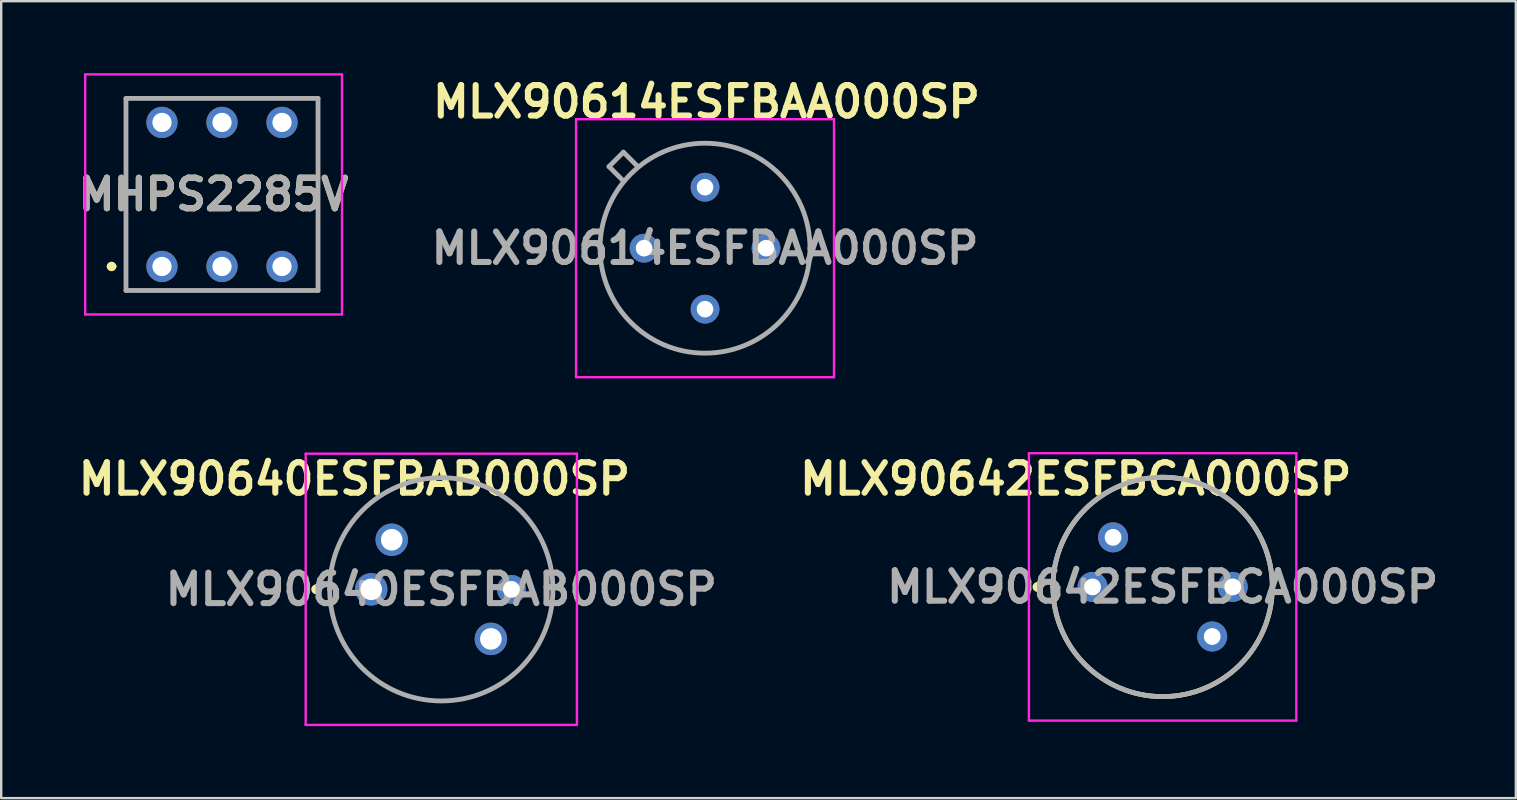
<source format=kicad_pcb>
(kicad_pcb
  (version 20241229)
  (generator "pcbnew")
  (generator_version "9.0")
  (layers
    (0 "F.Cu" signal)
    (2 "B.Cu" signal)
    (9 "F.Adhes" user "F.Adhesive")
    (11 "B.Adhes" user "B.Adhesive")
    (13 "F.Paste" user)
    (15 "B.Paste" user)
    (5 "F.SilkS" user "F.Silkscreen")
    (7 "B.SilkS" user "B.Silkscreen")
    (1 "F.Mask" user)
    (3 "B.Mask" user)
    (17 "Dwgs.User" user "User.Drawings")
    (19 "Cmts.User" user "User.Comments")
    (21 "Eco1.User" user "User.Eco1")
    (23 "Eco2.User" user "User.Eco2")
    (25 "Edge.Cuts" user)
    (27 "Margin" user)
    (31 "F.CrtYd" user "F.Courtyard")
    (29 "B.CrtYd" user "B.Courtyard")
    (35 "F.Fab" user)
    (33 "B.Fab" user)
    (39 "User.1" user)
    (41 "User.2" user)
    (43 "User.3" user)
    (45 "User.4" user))
  (footprint "MLX90614ESFBAA000SP"
    (layer "F.Cu")
    (at 23.78 7.289)
    (property "Reference" "MLX90614ESFBAA000SP" (at 2.6 -6.1 0) (layer "F.SilkS") (effects (font (size 1.27 1.27) (thickness 0.254))))
    (attr through_hole)
    (fp_line (start -1.833 0) (end -1.833 0) (stroke (width 0.1) (type solid)) (layer "F.SilkS"))
    (fp_line (start -1.46 -3.4) (end -0.86 -2.8) (stroke (width 0.1) (type solid)) (layer "F.SilkS"))
    (fp_line (start -0.86 -4) (end -1.46 -3.4) (stroke (width 0.1) (type solid)) (layer "F.SilkS"))
    (fp_line (start -0.26 -3.4) (end -0.86 -4) (stroke (width 0.1) (type solid)) (layer "F.SilkS"))
    (fp_line (start 6.913 0) (end 6.913 0) (stroke (width 0.1) (type solid)) (layer "F.SilkS"))
    (fp_arc (start -1.833 0) (mid 2.54 -4.373) (end 6.913 0) (stroke (width 0.1) (type solid)) (layer "F.SilkS"))
    (fp_arc (start 6.913 0) (mid 2.54 4.373) (end -1.833 0) (stroke (width 0.1) (type solid)) (layer "F.SilkS"))
    (fp_line (start -2.833 -5.373) (end 7.913 -5.373) (stroke (width 0.1) (type solid)) (layer "F.CrtYd"))
    (fp_line (start -2.833 5.373) (end -2.833 -5.373) (stroke (width 0.1) (type solid)) (layer "F.CrtYd"))
    (fp_line (start 7.913 -5.373) (end 7.913 5.373) (stroke (width 0.1) (type solid)) (layer "F.CrtYd"))
    (fp_line (start 7.913 5.373) (end -2.833 5.373) (stroke (width 0.1) (type solid)) (layer "F.CrtYd"))
    (fp_line (start -1.833 0) (end -1.833 0) (stroke (width 0.2) (type solid)) (layer "F.Fab"))
    (fp_line (start -1.46 -3.4) (end -0.86 -4) (stroke (width 0.2) (type solid)) (layer "F.Fab"))
    (fp_line (start -0.86 -4) (end -0.26 -3.4) (stroke (width 0.2) (type solid)) (layer "F.Fab"))
    (fp_line (start -0.86 -2.8) (end -1.46 -3.4) (stroke (width 0.2) (type solid)) (layer "F.Fab"))
    (fp_line (start 6.913 0) (end 6.913 0) (stroke (width 0.2) (type solid)) (layer "F.Fab"))
    (fp_arc (start -1.833 0) (mid 2.54 -4.373) (end 6.913 0) (stroke (width 0.2) (type solid)) (layer "F.Fab"))
    (fp_arc (start 6.913 0) (mid 2.54 4.373) (end -1.833 0) (stroke (width 0.2) (type solid)) (layer "F.Fab"))
    (fp_text user "${REFERENCE}" (at 2.54 0 0) (layer "F.Fab") (effects (font (size 1.27 1.27) (thickness 0.254))))
    (pad "1" thru_hole circle (at 0 0) (size 1.2 1.2) (drill 0.69) (layers "*.Cu" "*.Mask"))
    (pad "2" thru_hole circle (at 2.54 2.54) (size 1.2 1.2) (drill 0.69) (layers "*.Cu" "*.Mask"))
    (pad "3" thru_hole circle (at 5.08 0) (size 1.2 1.2) (drill 0.69) (layers "*.Cu" "*.Mask"))
    (pad "4" thru_hole circle (at 2.54 -2.54) (size 1.2 1.2) (drill 0.69) (layers "*.Cu" "*.Mask")))
  (footprint "MLX90640ESFBAB000SP"
    (layer "F.Cu")
    (at 12.414 21.5)
    (property "Reference" "MLX90640ESFBAB000SP" (at -0.7 -4.6 0) (layer "F.SilkS") (effects (font (size 1.27 1.27) (thickness 0.254))))
    (attr through_hole)
    (fp_line (start -2.3 -0.1) (end -2.3 -0.1) (stroke (width 0.2) (type solid)) (layer "F.SilkS"))
    (fp_line (start -2.3 0.1) (end -2.3 0.1) (stroke (width 0.2) (type solid)) (layer "F.SilkS"))
    (fp_line (start -1.73 0) (end -1.73 0) (stroke (width 0.1) (type solid)) (layer "F.SilkS"))
    (fp_line (start 7.57 0) (end 7.57 0) (stroke (width 0.1) (type solid)) (layer "F.SilkS"))
    (fp_arc (start -2.3 -0.1) (mid -2.2 0) (end -2.3 0.1) (stroke (width 0.2) (type solid)) (layer "F.SilkS"))
    (fp_arc (start -2.3 0.1) (mid -2.4 0) (end -2.3 -0.1) (stroke (width 0.2) (type solid)) (layer "F.SilkS"))
    (fp_arc (start -1.73 0) (mid 2.92 -4.65) (end 7.57 0) (stroke (width 0.1) (type solid)) (layer "F.SilkS"))
    (fp_arc (start 7.57 0) (mid 2.92 4.65) (end -1.73 0) (stroke (width 0.1) (type solid)) (layer "F.SilkS"))
    (fp_line (start -2.73 -5.65) (end -2.73 5.65) (stroke (width 0.1) (type solid)) (layer "F.CrtYd"))
    (fp_line (start -2.73 5.65) (end 8.57 5.65) (stroke (width 0.1) (type solid)) (layer "F.CrtYd"))
    (fp_line (start 8.57 -5.65) (end -2.73 -5.65) (stroke (width 0.1) (type solid)) (layer "F.CrtYd"))
    (fp_line (start 8.57 5.65) (end 8.57 -5.65) (stroke (width 0.1) (type solid)) (layer "F.CrtYd"))
    (fp_line (start -1.73 0) (end -1.73 0) (stroke (width 0.2) (type solid)) (layer "F.Fab"))
    (fp_line (start 7.57 0) (end 7.57 0) (stroke (width 0.2) (type solid)) (layer "F.Fab"))
    (fp_arc (start -1.73 0) (mid 2.92 -4.65) (end 7.57 0) (stroke (width 0.2) (type solid)) (layer "F.Fab"))
    (fp_arc (start 7.57 0) (mid 2.92 4.65) (end -1.73 0) (stroke (width 0.2) (type solid)) (layer "F.Fab"))
    (fp_text user "${REFERENCE}" (at 2.92 0 0) (layer "F.Fab") (effects (font (size 1.27 1.27) (thickness 0.254))))
    (pad "1" thru_hole circle (at 0 0) (size 1.35 1.35) (drill 0.9) (layers "*.Cu" "*.Mask"))
    (pad "2" thru_hole circle (at 4.985 2.065) (size 1.35 1.35) (drill 0.9) (layers "*.Cu" "*.Mask"))
    (pad "3" thru_hole circle (at 5.84 0) (size 1.2 1.2) (drill 0.7) (layers "*.Cu" "*.Mask"))
    (pad "4" thru_hole circle (at 0.855 -2.065) (size 1.35 1.35) (drill 0.9) (layers "*.Cu" "*.Mask")))
  (footprint "MHPS2285V"
    (layer "F.Cu")
    (at 3.698 8.05)
    (property "Reference" "MHPS2285V" (at 2.15 -3 0) (layer "F.SilkS") (effects (font (size 1.27 1.27) (thickness 0.254))))
    (attr through_hole)
    (fp_line (start -2.2 0) (end -2.2 0) (stroke (width 0.2) (type solid)) (layer "F.SilkS"))
    (fp_line (start -2 0) (end -2 0) (stroke (width 0.2) (type solid)) (layer "F.SilkS"))
    (fp_line (start -1.5 -7) (end 6.5 -7) (stroke (width 0.1) (type solid)) (layer "F.SilkS"))
    (fp_line (start -1.5 1) (end -1.5 -7) (stroke (width 0.1) (type solid)) (layer "F.SilkS"))
    (fp_line (start 6.5 -7) (end 6.5 1) (stroke (width 0.1) (type solid)) (layer "F.SilkS"))
    (fp_line (start 6.5 1) (end -1.5 1) (stroke (width 0.1) (type solid)) (layer "F.SilkS"))
    (fp_arc (start -2.2 0) (mid -2.1 -0.1) (end -2 0) (stroke (width 0.2) (type solid)) (layer "F.SilkS"))
    (fp_arc (start -2 0) (mid -2.1 0.1) (end -2.2 0) (stroke (width 0.2) (type solid)) (layer "F.SilkS"))
    (fp_line (start -3.2 -8) (end 7.5 -8) (stroke (width 0.1) (type solid)) (layer "F.CrtYd"))
    (fp_line (start -3.2 2) (end -3.2 -8) (stroke (width 0.1) (type solid)) (layer "F.CrtYd"))
    (fp_line (start 7.5 -8) (end 7.5 2) (stroke (width 0.1) (type solid)) (layer "F.CrtYd"))
    (fp_line (start 7.5 2) (end -3.2 2) (stroke (width 0.1) (type solid)) (layer "F.CrtYd"))
    (fp_line (start -1.5 -7) (end 6.5 -7) (stroke (width 0.2) (type solid)) (layer "F.Fab"))
    (fp_line (start -1.5 1) (end -1.5 -7) (stroke (width 0.2) (type solid)) (layer "F.Fab"))
    (fp_line (start 6.5 -7) (end 6.5 1) (stroke (width 0.2) (type solid)) (layer "F.Fab"))
    (fp_line (start 6.5 1) (end -1.5 1) (stroke (width 0.2) (type solid)) (layer "F.Fab"))
    (fp_text user "${REFERENCE}" (at 2.15 -3 0) (layer "F.Fab") (effects (font (size 1.27 1.27) (thickness 0.254))))
    (pad "1" thru_hole circle (at 0 0) (size 1.3 1.3) (drill 0.8) (layers "*.Cu" "*.Mask"))
    (pad "2" thru_hole circle (at 2.5 0) (size 1.3 1.3) (drill 0.8) (layers "*.Cu" "*.Mask"))
    (pad "3" thru_hole circle (at 5 0) (size 1.3 1.3) (drill 0.8) (layers "*.Cu" "*.Mask"))
    (pad "4" thru_hole circle (at 5 -6) (size 1.3 1.3) (drill 0.8) (layers "*.Cu" "*.Mask"))
    (pad "5" thru_hole circle (at 2.5 -6) (size 1.3 1.3) (drill 0.8) (layers "*.Cu" "*.Mask"))
    (pad "6" thru_hole circle (at 0 -6) (size 1.3 1.3) (drill 0.8) (layers "*.Cu" "*.Mask")))
  (footprint "MLX90642ESFBCA000SP"
    (layer "F.Cu")
    (at 42.463 21.4)
    (property "Reference" "MLX90642ESFBCA000SP" (at -0.7 -4.5 0) (layer "F.SilkS") (effects (font (size 1.27 1.27) (thickness 0.254))))
    (attr through_hole)
    (fp_line (start -2.3 -0.1) (end -2.3 -0.1) (stroke (width 0.2) (type solid)) (layer "F.SilkS"))
    (fp_line (start -2.3 0.1) (end -2.3 0.1) (stroke (width 0.2) (type solid)) (layer "F.SilkS"))
    (fp_line (start -1.65 0) (end -1.65 0) (stroke (width 0.2) (type solid)) (layer "F.SilkS"))
    (fp_line (start 7.49 0) (end 7.49 0) (stroke (width 0.2) (type solid)) (layer "F.SilkS"))
    (fp_arc (start -2.3 -0.1) (mid -2.2 0) (end -2.3 0.1) (stroke (width 0.2) (type solid)) (layer "F.SilkS"))
    (fp_arc (start -2.3 0.1) (mid -2.4 0) (end -2.3 -0.1) (stroke (width 0.2) (type solid)) (layer "F.SilkS"))
    (fp_arc (start -1.65 0) (mid 2.92 -4.57) (end 7.49 0) (stroke (width 0.2) (type solid)) (layer "F.SilkS"))
    (fp_arc (start 7.49 0) (mid 2.92 4.57) (end -1.65 0) (stroke (width 0.2) (type solid)) (layer "F.SilkS"))
    (fp_line (start -2.65 -5.57) (end 8.49 -5.57) (stroke (width 0.1) (type solid)) (layer "F.CrtYd"))
    (fp_line (start -2.65 5.57) (end -2.65 -5.57) (stroke (width 0.1) (type solid)) (layer "F.CrtYd"))
    (fp_line (start 8.49 -5.57) (end 8.49 5.57) (stroke (width 0.1) (type solid)) (layer "F.CrtYd"))
    (fp_line (start 8.49 5.57) (end -2.65 5.57) (stroke (width 0.1) (type solid)) (layer "F.CrtYd"))
    (fp_line (start -1.65 0) (end -1.65 0) (stroke (width 0.2) (type solid)) (layer "F.Fab"))
    (fp_line (start 7.49 0) (end 7.49 0) (stroke (width 0.2) (type solid)) (layer "F.Fab"))
    (fp_arc (start -1.65 0) (mid 2.92 -4.57) (end 7.49 0) (stroke (width 0.2) (type solid)) (layer "F.Fab"))
    (fp_arc (start 7.49 0) (mid 2.92 4.57) (end -1.65 0) (stroke (width 0.2) (type solid)) (layer "F.Fab"))
    (fp_text user "${REFERENCE}" (at 2.92 0 0) (layer "F.Fab") (effects (font (size 1.27 1.27) (thickness 0.254))))
    (pad "1" thru_hole circle (at 0 0) (size 1.25 1.25) (drill 0.7) (layers "*.Cu" "*.Mask"))
    (pad "2" thru_hole circle (at 4.985 2.065) (size 1.25 1.25) (drill 0.7) (layers "*.Cu" "*.Mask"))
    (pad "3" thru_hole circle (at 5.84 0) (size 1.25 1.25) (drill 0.7) (layers "*.Cu" "*.Mask"))
    (pad "4" thru_hole circle (at 0.855 -2.065) (size 1.25 1.25) (drill 0.7) (layers "*.Cu" "*.Mask")))
  (gr_rect
    (start -3 -3)
    (end 60.097 30.2)
    (stroke (width 0.1) (type default))
    (fill no)
    (layer "Edge.Cuts")))
</source>
